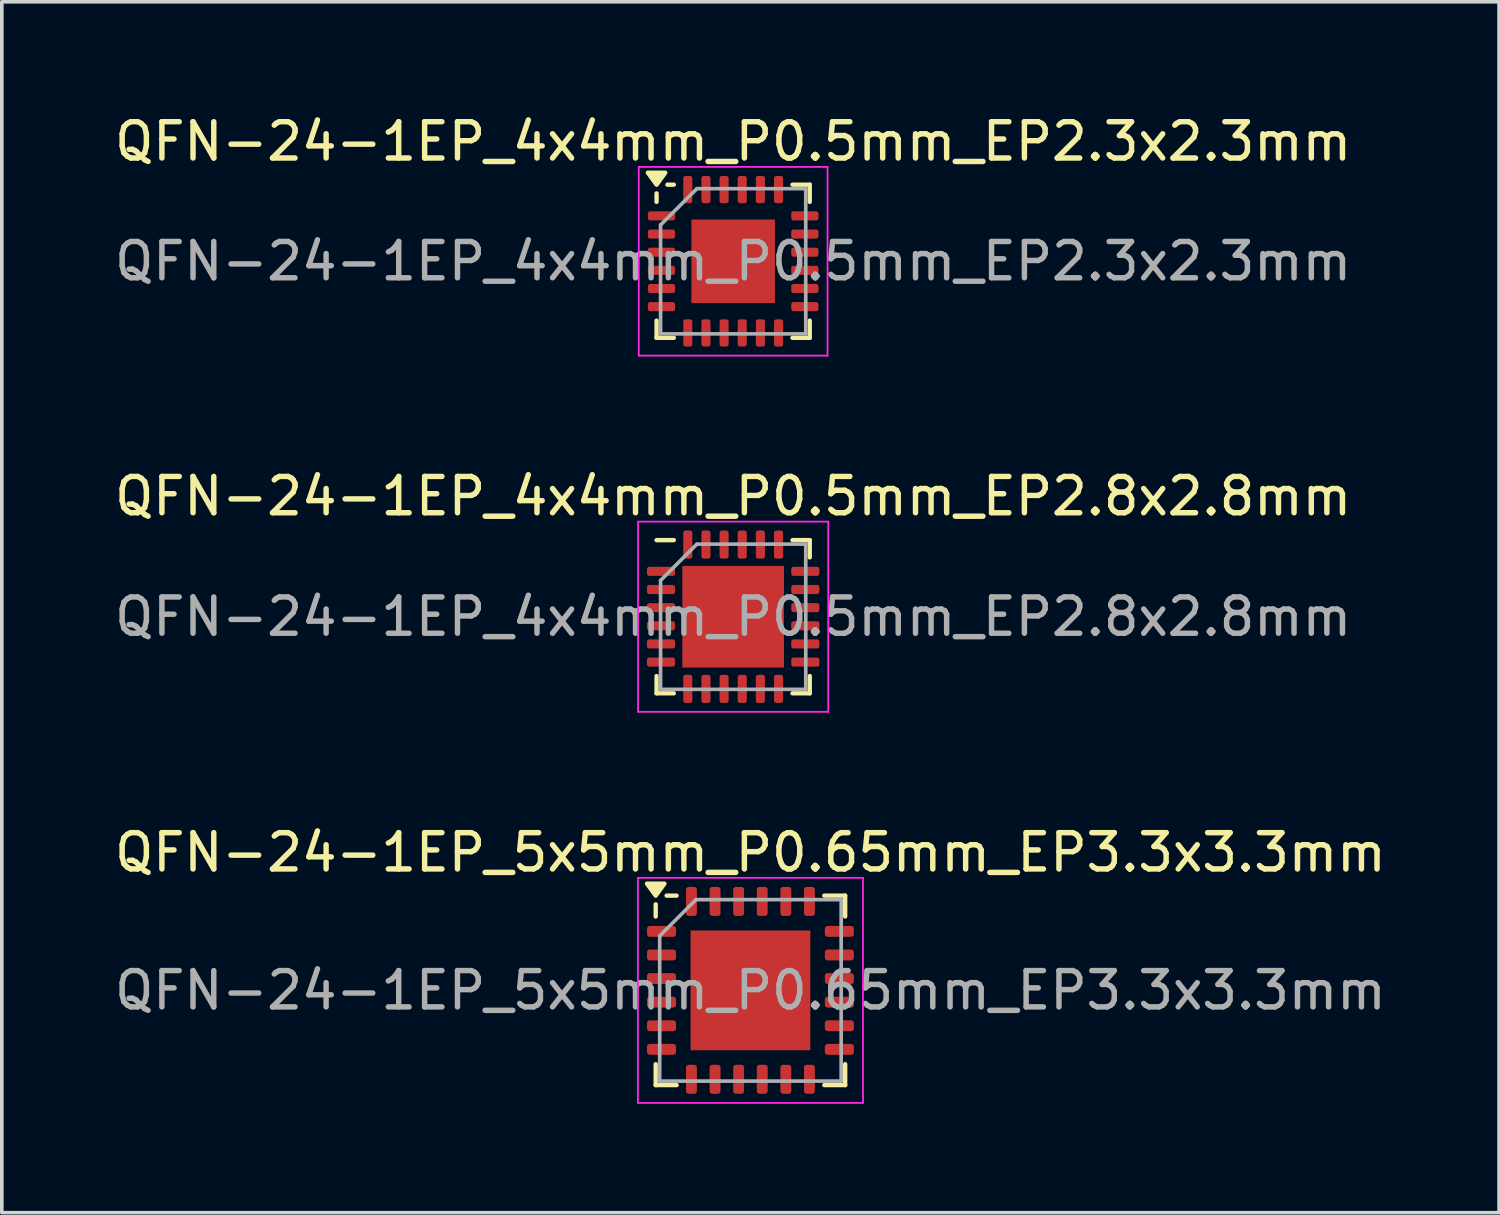
<source format=kicad_pcb>
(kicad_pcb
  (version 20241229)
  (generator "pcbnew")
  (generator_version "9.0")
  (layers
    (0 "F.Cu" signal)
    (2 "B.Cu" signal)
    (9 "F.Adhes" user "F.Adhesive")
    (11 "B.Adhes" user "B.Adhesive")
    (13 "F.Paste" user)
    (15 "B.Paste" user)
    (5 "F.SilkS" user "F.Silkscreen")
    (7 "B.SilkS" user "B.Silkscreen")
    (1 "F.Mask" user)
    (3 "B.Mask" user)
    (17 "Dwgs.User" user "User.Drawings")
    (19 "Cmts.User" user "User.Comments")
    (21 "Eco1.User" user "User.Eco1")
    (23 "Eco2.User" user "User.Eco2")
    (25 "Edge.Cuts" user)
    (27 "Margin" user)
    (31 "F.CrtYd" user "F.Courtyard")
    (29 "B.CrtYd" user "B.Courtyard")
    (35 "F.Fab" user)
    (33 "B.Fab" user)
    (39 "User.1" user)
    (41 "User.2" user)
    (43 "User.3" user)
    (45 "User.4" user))
  (footprint "QFN-24-1EP_4x4mm_P0.5mm_EP2.3x2.3mm"
    (layer "F.Cu")
    (at 17.149 4.148)
    (property "Reference" "QFN-24-1EP_4x4mm_P0.5mm_EP2.3x2.3mm" (at 0 -3.3 0) (layer "F.SilkS") (effects (font (size 1 1) (thickness 0.15))))
    (attr smd)
    (fp_line (start -2.11 -1.635) (end -2.11 -1.87) (stroke (width 0.12) (type solid)) (layer "F.SilkS"))
    (fp_line (start -2.11 2.11) (end -2.11 1.635) (stroke (width 0.12) (type solid)) (layer "F.SilkS"))
    (fp_line (start -1.635 -2.11) (end -1.81 -2.11) (stroke (width 0.12) (type solid)) (layer "F.SilkS"))
    (fp_line (start -1.635 2.11) (end -2.11 2.11) (stroke (width 0.12) (type solid)) (layer "F.SilkS"))
    (fp_line (start 1.635 -2.11) (end 2.11 -2.11) (stroke (width 0.12) (type solid)) (layer "F.SilkS"))
    (fp_line (start 1.635 2.11) (end 2.11 2.11) (stroke (width 0.12) (type solid)) (layer "F.SilkS"))
    (fp_line (start 2.11 -2.11) (end 2.11 -1.635) (stroke (width 0.12) (type solid)) (layer "F.SilkS"))
    (fp_line (start 2.11 2.11) (end 2.11 1.635) (stroke (width 0.12) (type solid)) (layer "F.SilkS"))
    (fp_poly (pts (xy -2.11 -2.11) (xy -2.35 -2.44) (xy -1.87 -2.44) (xy -2.11 -2.11)) (stroke (width 0.12) (type solid)) (fill yes) (layer "F.SilkS"))
    (fp_line (start -2.6 -2.6) (end -2.6 2.6) (stroke (width 0.05) (type solid)) (layer "F.CrtYd"))
    (fp_line (start -2.6 2.6) (end 2.6 2.6) (stroke (width 0.05) (type solid)) (layer "F.CrtYd"))
    (fp_line (start 2.6 -2.6) (end -2.6 -2.6) (stroke (width 0.05) (type solid)) (layer "F.CrtYd"))
    (fp_line (start 2.6 2.6) (end 2.6 -2.6) (stroke (width 0.05) (type solid)) (layer "F.CrtYd"))
    (fp_line (start -2 -1) (end -1 -2) (stroke (width 0.1) (type solid)) (layer "F.Fab"))
    (fp_line (start -2 2) (end -2 -1) (stroke (width 0.1) (type solid)) (layer "F.Fab"))
    (fp_line (start -1 -2) (end 2 -2) (stroke (width 0.1) (type solid)) (layer "F.Fab"))
    (fp_line (start 2 -2) (end 2 2) (stroke (width 0.1) (type solid)) (layer "F.Fab"))
    (fp_line (start 2 2) (end -2 2) (stroke (width 0.1) (type solid)) (layer "F.Fab"))
    (fp_text user "${REFERENCE}" (at 0 0 0) (layer "F.Fab") (effects (font (size 1 1) (thickness 0.15))))
    (pad "" smd roundrect (at -0.575 -0.575) (size 0.93 0.93) (layers "F.Paste") (roundrect_rratio 0.25))
    (pad "" smd roundrect (at -0.575 0.575) (size 0.93 0.93) (layers "F.Paste") (roundrect_rratio 0.25))
    (pad "" smd roundrect (at 0.575 -0.575) (size 0.93 0.93) (layers "F.Paste") (roundrect_rratio 0.25))
    (pad "" smd roundrect (at 0.575 0.575) (size 0.93 0.93) (layers "F.Paste") (roundrect_rratio 0.25))
    (pad "1" smd roundrect (at -1.975 -1.25) (size 0.75 0.25) (layers "F.Cu" "F.Mask" "F.Paste") (roundrect_rratio 0.25))
    (pad "2" smd roundrect (at -1.975 -0.75) (size 0.75 0.25) (layers "F.Cu" "F.Mask" "F.Paste") (roundrect_rratio 0.25))
    (pad "3" smd roundrect (at -1.975 -0.25) (size 0.75 0.25) (layers "F.Cu" "F.Mask" "F.Paste") (roundrect_rratio 0.25))
    (pad "4" smd roundrect (at -1.975 0.25) (size 0.75 0.25) (layers "F.Cu" "F.Mask" "F.Paste") (roundrect_rratio 0.25))
    (pad "5" smd roundrect (at -1.975 0.75) (size 0.75 0.25) (layers "F.Cu" "F.Mask" "F.Paste") (roundrect_rratio 0.25))
    (pad "6" smd roundrect (at -1.975 1.25) (size 0.75 0.25) (layers "F.Cu" "F.Mask" "F.Paste") (roundrect_rratio 0.25))
    (pad "7" smd roundrect (at -1.25 1.975) (size 0.25 0.75) (layers "F.Cu" "F.Mask" "F.Paste") (roundrect_rratio 0.25))
    (pad "8" smd roundrect (at -0.75 1.975) (size 0.25 0.75) (layers "F.Cu" "F.Mask" "F.Paste") (roundrect_rratio 0.25))
    (pad "9" smd roundrect (at -0.25 1.975) (size 0.25 0.75) (layers "F.Cu" "F.Mask" "F.Paste") (roundrect_rratio 0.25))
    (pad "10" smd roundrect (at 0.25 1.975) (size 0.25 0.75) (layers "F.Cu" "F.Mask" "F.Paste") (roundrect_rratio 0.25))
    (pad "11" smd roundrect (at 0.75 1.975) (size 0.25 0.75) (layers "F.Cu" "F.Mask" "F.Paste") (roundrect_rratio 0.25))
    (pad "12" smd roundrect (at 1.25 1.975) (size 0.25 0.75) (layers "F.Cu" "F.Mask" "F.Paste") (roundrect_rratio 0.25))
    (pad "13" smd roundrect (at 1.975 1.25) (size 0.75 0.25) (layers "F.Cu" "F.Mask" "F.Paste") (roundrect_rratio 0.25))
    (pad "14" smd roundrect (at 1.975 0.75) (size 0.75 0.25) (layers "F.Cu" "F.Mask" "F.Paste") (roundrect_rratio 0.25))
    (pad "15" smd roundrect (at 1.975 0.25) (size 0.75 0.25) (layers "F.Cu" "F.Mask" "F.Paste") (roundrect_rratio 0.25))
    (pad "16" smd roundrect (at 1.975 -0.25) (size 0.75 0.25) (layers "F.Cu" "F.Mask" "F.Paste") (roundrect_rratio 0.25))
    (pad "17" smd roundrect (at 1.975 -0.75) (size 0.75 0.25) (layers "F.Cu" "F.Mask" "F.Paste") (roundrect_rratio 0.25))
    (pad "18" smd roundrect (at 1.975 -1.25) (size 0.75 0.25) (layers "F.Cu" "F.Mask" "F.Paste") (roundrect_rratio 0.25))
    (pad "19" smd roundrect (at 1.25 -1.975) (size 0.25 0.75) (layers "F.Cu" "F.Mask" "F.Paste") (roundrect_rratio 0.25))
    (pad "20" smd roundrect (at 0.75 -1.975) (size 0.25 0.75) (layers "F.Cu" "F.Mask" "F.Paste") (roundrect_rratio 0.25))
    (pad "21" smd roundrect (at 0.25 -1.975) (size 0.25 0.75) (layers "F.Cu" "F.Mask" "F.Paste") (roundrect_rratio 0.25))
    (pad "22" smd roundrect (at -0.25 -1.975) (size 0.25 0.75) (layers "F.Cu" "F.Mask" "F.Paste") (roundrect_rratio 0.25))
    (pad "23" smd roundrect (at -0.75 -1.975) (size 0.25 0.75) (layers "F.Cu" "F.Mask" "F.Paste") (roundrect_rratio 0.25))
    (pad "24" smd roundrect (at -1.25 -1.975) (size 0.25 0.75) (layers "F.Cu" "F.Mask" "F.Paste") (roundrect_rratio 0.25))
    (pad "25" smd rect (at 0 0) (size 2.3 2.3) (property pad_prop_heatsink) (layers "F.Cu" "F.Mask")))
  (footprint "QFN-24-1EP_4x4mm_P0.5mm_EP2.8x2.8mm"
    (layer "F.Cu")
    (at 17.149 13.941)
    (property "Reference" "QFN-24-1EP_4x4mm_P0.5mm_EP2.8x2.8mm" (at 0 -3.32 0) (layer "F.SilkS") (effects (font (size 1 1) (thickness 0.15))))
    (attr smd)
    (fp_line (start -2.11 2.11) (end -2.11 1.635) (stroke (width 0.12) (type solid)) (layer "F.SilkS"))
    (fp_line (start -1.635 -2.11) (end -2.11 -2.11) (stroke (width 0.12) (type solid)) (layer "F.SilkS"))
    (fp_line (start -1.635 2.11) (end -2.11 2.11) (stroke (width 0.12) (type solid)) (layer "F.SilkS"))
    (fp_line (start 1.635 -2.11) (end 2.11 -2.11) (stroke (width 0.12) (type solid)) (layer "F.SilkS"))
    (fp_line (start 1.635 2.11) (end 2.11 2.11) (stroke (width 0.12) (type solid)) (layer "F.SilkS"))
    (fp_line (start 2.11 -2.11) (end 2.11 -1.635) (stroke (width 0.12) (type solid)) (layer "F.SilkS"))
    (fp_line (start 2.11 2.11) (end 2.11 1.635) (stroke (width 0.12) (type solid)) (layer "F.SilkS"))
    (fp_line (start -2.62 -2.62) (end -2.62 2.62) (stroke (width 0.05) (type solid)) (layer "F.CrtYd"))
    (fp_line (start -2.62 2.62) (end 2.62 2.62) (stroke (width 0.05) (type solid)) (layer "F.CrtYd"))
    (fp_line (start 2.62 -2.62) (end -2.62 -2.62) (stroke (width 0.05) (type solid)) (layer "F.CrtYd"))
    (fp_line (start 2.62 2.62) (end 2.62 -2.62) (stroke (width 0.05) (type solid)) (layer "F.CrtYd"))
    (fp_line (start -2 -1) (end -1 -2) (stroke (width 0.1) (type solid)) (layer "F.Fab"))
    (fp_line (start -2 2) (end -2 -1) (stroke (width 0.1) (type solid)) (layer "F.Fab"))
    (fp_line (start -1 -2) (end 2 -2) (stroke (width 0.1) (type solid)) (layer "F.Fab"))
    (fp_line (start 2 -2) (end 2 2) (stroke (width 0.1) (type solid)) (layer "F.Fab"))
    (fp_line (start 2 2) (end -2 2) (stroke (width 0.1) (type solid)) (layer "F.Fab"))
    (fp_text user "${REFERENCE}" (at 0 0 0) (layer "F.Fab") (effects (font (size 1 1) (thickness 0.15))))
    (pad "" smd roundrect (at -0.7 -0.7) (size 1.13 1.13) (layers "F.Paste") (roundrect_rratio 0.221))
    (pad "" smd roundrect (at -0.7 0.7) (size 1.13 1.13) (layers "F.Paste") (roundrect_rratio 0.221))
    (pad "" smd roundrect (at 0.7 -0.7) (size 1.13 1.13) (layers "F.Paste") (roundrect_rratio 0.221))
    (pad "" smd roundrect (at 0.7 0.7) (size 1.13 1.13) (layers "F.Paste") (roundrect_rratio 0.221))
    (pad "1" smd roundrect (at -1.988 -1.25) (size 0.775 0.25) (layers "F.Cu" "F.Mask" "F.Paste") (roundrect_rratio 0.25))
    (pad "2" smd roundrect (at -1.988 -0.75) (size 0.775 0.25) (layers "F.Cu" "F.Mask" "F.Paste") (roundrect_rratio 0.25))
    (pad "3" smd roundrect (at -1.988 -0.25) (size 0.775 0.25) (layers "F.Cu" "F.Mask" "F.Paste") (roundrect_rratio 0.25))
    (pad "4" smd roundrect (at -1.988 0.25) (size 0.775 0.25) (layers "F.Cu" "F.Mask" "F.Paste") (roundrect_rratio 0.25))
    (pad "5" smd roundrect (at -1.988 0.75) (size 0.775 0.25) (layers "F.Cu" "F.Mask" "F.Paste") (roundrect_rratio 0.25))
    (pad "6" smd roundrect (at -1.988 1.25) (size 0.775 0.25) (layers "F.Cu" "F.Mask" "F.Paste") (roundrect_rratio 0.25))
    (pad "7" smd roundrect (at -1.25 1.988) (size 0.25 0.775) (layers "F.Cu" "F.Mask" "F.Paste") (roundrect_rratio 0.25))
    (pad "8" smd roundrect (at -0.75 1.988) (size 0.25 0.775) (layers "F.Cu" "F.Mask" "F.Paste") (roundrect_rratio 0.25))
    (pad "9" smd roundrect (at -0.25 1.988) (size 0.25 0.775) (layers "F.Cu" "F.Mask" "F.Paste") (roundrect_rratio 0.25))
    (pad "10" smd roundrect (at 0.25 1.988) (size 0.25 0.775) (layers "F.Cu" "F.Mask" "F.Paste") (roundrect_rratio 0.25))
    (pad "11" smd roundrect (at 0.75 1.988) (size 0.25 0.775) (layers "F.Cu" "F.Mask" "F.Paste") (roundrect_rratio 0.25))
    (pad "12" smd roundrect (at 1.25 1.988) (size 0.25 0.775) (layers "F.Cu" "F.Mask" "F.Paste") (roundrect_rratio 0.25))
    (pad "13" smd roundrect (at 1.988 1.25) (size 0.775 0.25) (layers "F.Cu" "F.Mask" "F.Paste") (roundrect_rratio 0.25))
    (pad "14" smd roundrect (at 1.988 0.75) (size 0.775 0.25) (layers "F.Cu" "F.Mask" "F.Paste") (roundrect_rratio 0.25))
    (pad "15" smd roundrect (at 1.988 0.25) (size 0.775 0.25) (layers "F.Cu" "F.Mask" "F.Paste") (roundrect_rratio 0.25))
    (pad "16" smd roundrect (at 1.988 -0.25) (size 0.775 0.25) (layers "F.Cu" "F.Mask" "F.Paste") (roundrect_rratio 0.25))
    (pad "17" smd roundrect (at 1.988 -0.75) (size 0.775 0.25) (layers "F.Cu" "F.Mask" "F.Paste") (roundrect_rratio 0.25))
    (pad "18" smd roundrect (at 1.988 -1.25) (size 0.775 0.25) (layers "F.Cu" "F.Mask" "F.Paste") (roundrect_rratio 0.25))
    (pad "19" smd roundrect (at 1.25 -1.988) (size 0.25 0.775) (layers "F.Cu" "F.Mask" "F.Paste") (roundrect_rratio 0.25))
    (pad "20" smd roundrect (at 0.75 -1.988) (size 0.25 0.775) (layers "F.Cu" "F.Mask" "F.Paste") (roundrect_rratio 0.25))
    (pad "21" smd roundrect (at 0.25 -1.988) (size 0.25 0.775) (layers "F.Cu" "F.Mask" "F.Paste") (roundrect_rratio 0.25))
    (pad "22" smd roundrect (at -0.25 -1.988) (size 0.25 0.775) (layers "F.Cu" "F.Mask" "F.Paste") (roundrect_rratio 0.25))
    (pad "23" smd roundrect (at -0.75 -1.988) (size 0.25 0.775) (layers "F.Cu" "F.Mask" "F.Paste") (roundrect_rratio 0.25))
    (pad "24" smd roundrect (at -1.25 -1.988) (size 0.25 0.775) (layers "F.Cu" "F.Mask" "F.Paste") (roundrect_rratio 0.25))
    (pad "25" smd rect (at 0 0) (size 2.8 2.8) (layers "F.Cu" "F.Mask")))
  (footprint "QFN-24-1EP_5x5mm_P0.65mm_EP3.3x3.3mm"
    (layer "F.Cu")
    (at 17.625 24.235)
    (property "Reference" "QFN-24-1EP_5x5mm_P0.65mm_EP3.3x3.3mm" (at 0 -3.8 0) (layer "F.SilkS") (effects (font (size 1 1) (thickness 0.15))))
    (attr smd)
    (fp_line (start -2.61 -2.035) (end -2.61 -2.37) (stroke (width 0.12) (type solid)) (layer "F.SilkS"))
    (fp_line (start -2.61 2.61) (end -2.61 2.035) (stroke (width 0.12) (type solid)) (layer "F.SilkS"))
    (fp_line (start -2.035 -2.61) (end -2.31 -2.61) (stroke (width 0.12) (type solid)) (layer "F.SilkS"))
    (fp_line (start -2.035 2.61) (end -2.61 2.61) (stroke (width 0.12) (type solid)) (layer "F.SilkS"))
    (fp_line (start 2.035 -2.61) (end 2.61 -2.61) (stroke (width 0.12) (type solid)) (layer "F.SilkS"))
    (fp_line (start 2.035 2.61) (end 2.61 2.61) (stroke (width 0.12) (type solid)) (layer "F.SilkS"))
    (fp_line (start 2.61 -2.61) (end 2.61 -2.035) (stroke (width 0.12) (type solid)) (layer "F.SilkS"))
    (fp_line (start 2.61 2.61) (end 2.61 2.035) (stroke (width 0.12) (type solid)) (layer "F.SilkS"))
    (fp_poly (pts (xy -2.61 -2.61) (xy -2.85 -2.94) (xy -2.37 -2.94) (xy -2.61 -2.61)) (stroke (width 0.12) (type solid)) (fill yes) (layer "F.SilkS"))
    (fp_line (start -3.1 -3.1) (end -3.1 3.1) (stroke (width 0.05) (type solid)) (layer "F.CrtYd"))
    (fp_line (start -3.1 3.1) (end 3.1 3.1) (stroke (width 0.05) (type solid)) (layer "F.CrtYd"))
    (fp_line (start 3.1 -3.1) (end -3.1 -3.1) (stroke (width 0.05) (type solid)) (layer "F.CrtYd"))
    (fp_line (start 3.1 3.1) (end 3.1 -3.1) (stroke (width 0.05) (type solid)) (layer "F.CrtYd"))
    (fp_line (start -2.5 -1.5) (end -1.5 -2.5) (stroke (width 0.1) (type solid)) (layer "F.Fab"))
    (fp_line (start -2.5 2.5) (end -2.5 -1.5) (stroke (width 0.1) (type solid)) (layer "F.Fab"))
    (fp_line (start -1.5 -2.5) (end 2.5 -2.5) (stroke (width 0.1) (type solid)) (layer "F.Fab"))
    (fp_line (start 2.5 -2.5) (end 2.5 2.5) (stroke (width 0.1) (type solid)) (layer "F.Fab"))
    (fp_line (start 2.5 2.5) (end -2.5 2.5) (stroke (width 0.1) (type solid)) (layer "F.Fab"))
    (fp_text user "${REFERENCE}" (at 0 0 0) (layer "F.Fab") (effects (font (size 1 1) (thickness 0.15))))
    (pad "" smd roundrect (at -0.825 -0.825) (size 1.33 1.33) (layers "F.Paste") (roundrect_rratio 0.188))
    (pad "" smd roundrect (at -0.825 0.825) (size 1.33 1.33) (layers "F.Paste") (roundrect_rratio 0.188))
    (pad "" smd roundrect (at 0.825 -0.825) (size 1.33 1.33) (layers "F.Paste") (roundrect_rratio 0.188))
    (pad "" smd roundrect (at 0.825 0.825) (size 1.33 1.33) (layers "F.Paste") (roundrect_rratio 0.188))
    (pad "1" smd roundrect (at -2.45 -1.625) (size 0.8 0.3) (layers "F.Cu" "F.Mask" "F.Paste") (roundrect_rratio 0.25))
    (pad "2" smd roundrect (at -2.45 -0.975) (size 0.8 0.3) (layers "F.Cu" "F.Mask" "F.Paste") (roundrect_rratio 0.25))
    (pad "3" smd roundrect (at -2.45 -0.325) (size 0.8 0.3) (layers "F.Cu" "F.Mask" "F.Paste") (roundrect_rratio 0.25))
    (pad "4" smd roundrect (at -2.45 0.325) (size 0.8 0.3) (layers "F.Cu" "F.Mask" "F.Paste") (roundrect_rratio 0.25))
    (pad "5" smd roundrect (at -2.45 0.975) (size 0.8 0.3) (layers "F.Cu" "F.Mask" "F.Paste") (roundrect_rratio 0.25))
    (pad "6" smd roundrect (at -2.45 1.625) (size 0.8 0.3) (layers "F.Cu" "F.Mask" "F.Paste") (roundrect_rratio 0.25))
    (pad "7" smd roundrect (at -1.625 2.45) (size 0.3 0.8) (layers "F.Cu" "F.Mask" "F.Paste") (roundrect_rratio 0.25))
    (pad "8" smd roundrect (at -0.975 2.45) (size 0.3 0.8) (layers "F.Cu" "F.Mask" "F.Paste") (roundrect_rratio 0.25))
    (pad "9" smd roundrect (at -0.325 2.45) (size 0.3 0.8) (layers "F.Cu" "F.Mask" "F.Paste") (roundrect_rratio 0.25))
    (pad "10" smd roundrect (at 0.325 2.45) (size 0.3 0.8) (layers "F.Cu" "F.Mask" "F.Paste") (roundrect_rratio 0.25))
    (pad "11" smd roundrect (at 0.975 2.45) (size 0.3 0.8) (layers "F.Cu" "F.Mask" "F.Paste") (roundrect_rratio 0.25))
    (pad "12" smd roundrect (at 1.625 2.45) (size 0.3 0.8) (layers "F.Cu" "F.Mask" "F.Paste") (roundrect_rratio 0.25))
    (pad "13" smd roundrect (at 2.45 1.625) (size 0.8 0.3) (layers "F.Cu" "F.Mask" "F.Paste") (roundrect_rratio 0.25))
    (pad "14" smd roundrect (at 2.45 0.975) (size 0.8 0.3) (layers "F.Cu" "F.Mask" "F.Paste") (roundrect_rratio 0.25))
    (pad "15" smd roundrect (at 2.45 0.325) (size 0.8 0.3) (layers "F.Cu" "F.Mask" "F.Paste") (roundrect_rratio 0.25))
    (pad "16" smd roundrect (at 2.45 -0.325) (size 0.8 0.3) (layers "F.Cu" "F.Mask" "F.Paste") (roundrect_rratio 0.25))
    (pad "17" smd roundrect (at 2.45 -0.975) (size 0.8 0.3) (layers "F.Cu" "F.Mask" "F.Paste") (roundrect_rratio 0.25))
    (pad "18" smd roundrect (at 2.45 -1.625) (size 0.8 0.3) (layers "F.Cu" "F.Mask" "F.Paste") (roundrect_rratio 0.25))
    (pad "19" smd roundrect (at 1.625 -2.45) (size 0.3 0.8) (layers "F.Cu" "F.Mask" "F.Paste") (roundrect_rratio 0.25))
    (pad "20" smd roundrect (at 0.975 -2.45) (size 0.3 0.8) (layers "F.Cu" "F.Mask" "F.Paste") (roundrect_rratio 0.25))
    (pad "21" smd roundrect (at 0.325 -2.45) (size 0.3 0.8) (layers "F.Cu" "F.Mask" "F.Paste") (roundrect_rratio 0.25))
    (pad "22" smd roundrect (at -0.325 -2.45) (size 0.3 0.8) (layers "F.Cu" "F.Mask" "F.Paste") (roundrect_rratio 0.25))
    (pad "23" smd roundrect (at -0.975 -2.45) (size 0.3 0.8) (layers "F.Cu" "F.Mask" "F.Paste") (roundrect_rratio 0.25))
    (pad "24" smd roundrect (at -1.625 -2.45) (size 0.3 0.8) (layers "F.Cu" "F.Mask" "F.Paste") (roundrect_rratio 0.25))
    (pad "25" smd rect (at 0 0) (size 3.3 3.3) (property pad_prop_heatsink) (layers "F.Cu" "F.Mask")))
  (gr_rect
    (start -3 -3)
    (end 38.25 30.36)
    (stroke (width 0.1) (type default))
    (fill no)
    (layer "Edge.Cuts")))
</source>
